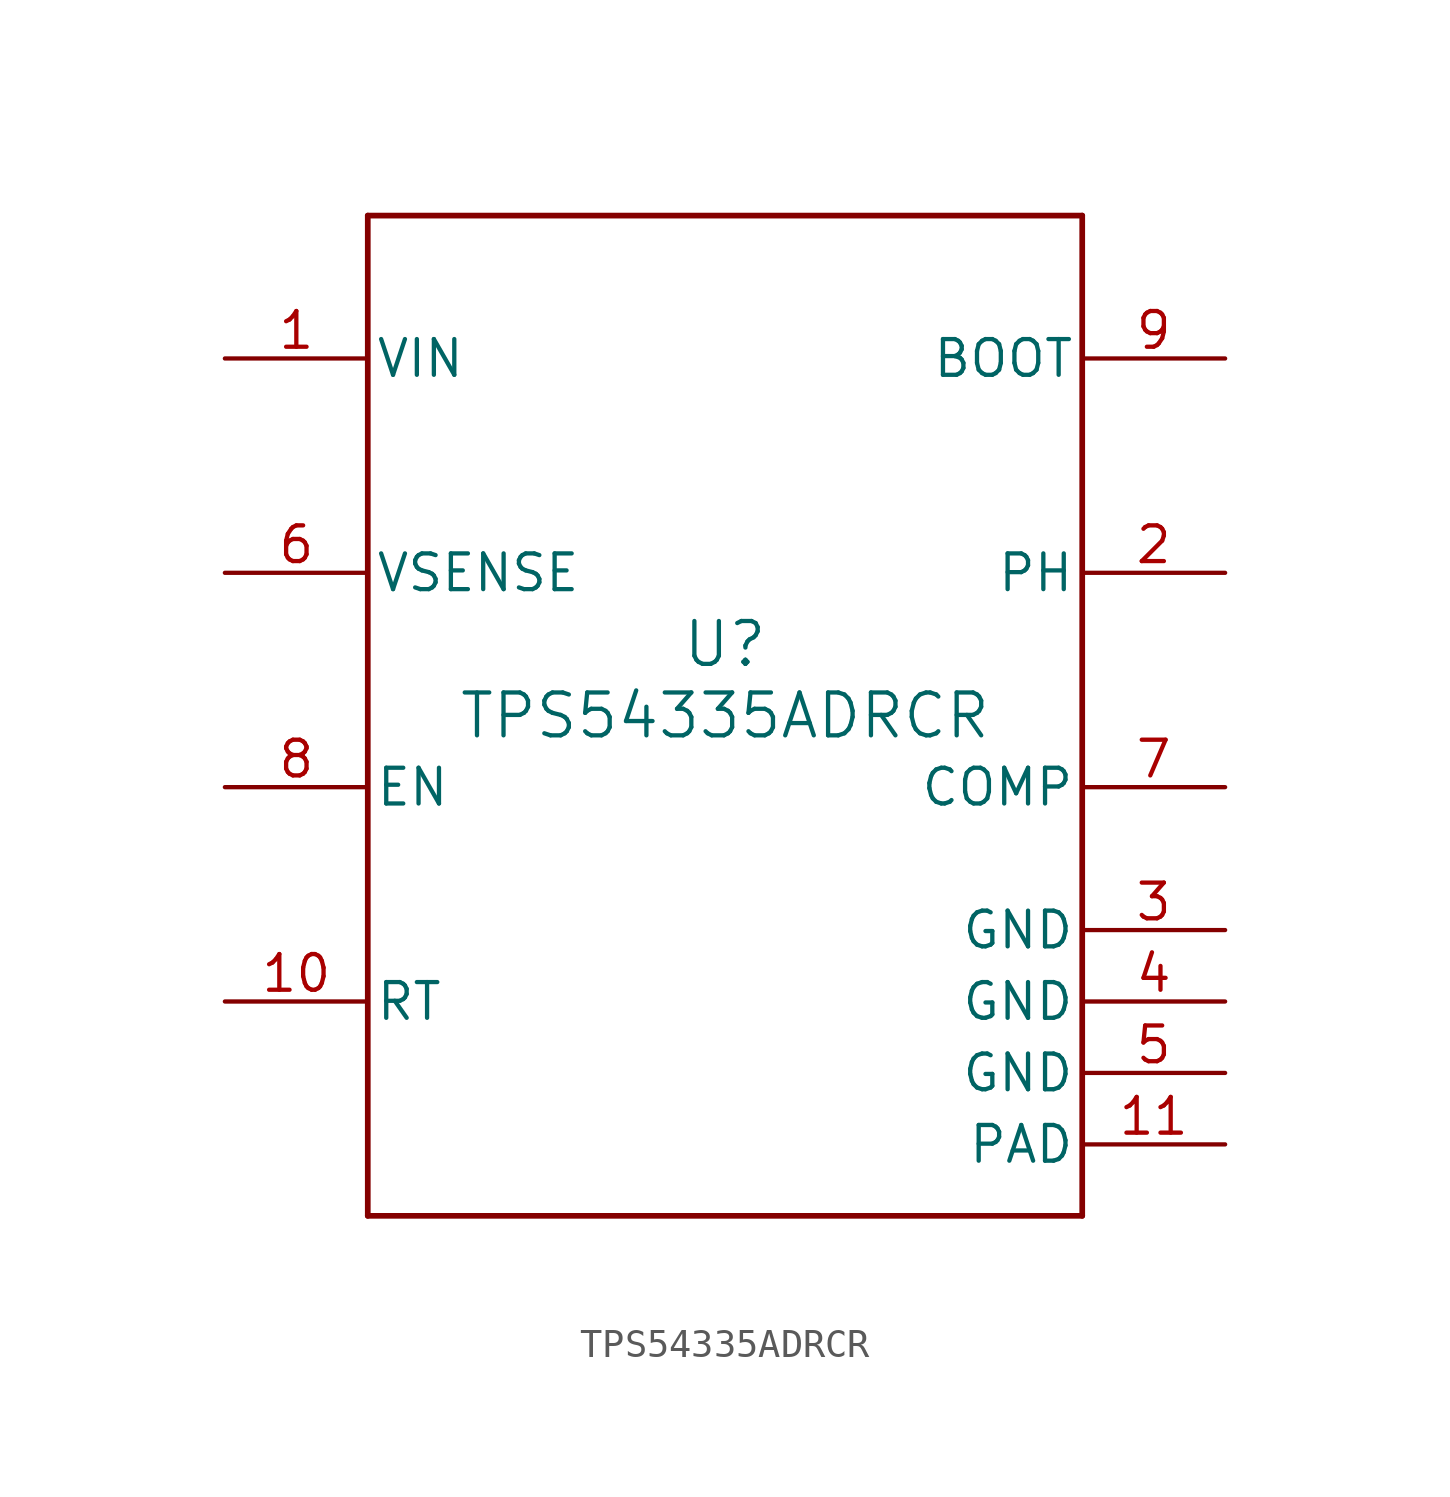
<source format=kicad_sym>
(kicad_symbol_lib
  (version 20211014)
  (generator kicad_symbol_editor)
  (symbol "TPS54335ADRCR"
    (pin_names
      (offset 0.254))
    (property "Reference" "U"
      (at 0 2.54 0)
      (effects (font (size 1.524 1.524))))
    (property "Value" "TPS54335ADRCR"
      (at 0 0 0)
      (effects (font (size 1.524 1.524))))
    (symbol "TPS54335ADRCR_0_1"
      (polyline (pts (xy -12.7 -17.78) (xy 12.7 -17.78)) (stroke (width 0.203) (type default) (color 0 0 0 0)) (fill (type none)))
      (polyline (pts (xy 12.7 -17.78) (xy 12.7 17.78)) (stroke (width 0.203) (type default) (color 0 0 0 0)) (fill (type none)))
      (polyline (pts (xy 12.7 17.78) (xy -12.7 17.78)) (stroke (width 0.203) (type default) (color 0 0 0 0)) (fill (type none)))
      (polyline (pts (xy -12.7 17.78) (xy -12.7 -17.78)) (stroke (width 0.203) (type default) (color 0 0 0 0)) (fill (type none)))
      (pin power_in line (at -17.78 12.7 0) (length 5.08) (name "VIN" (effects (font (size 1.27 1.27)))) (number "1" (effects (font (size 1.27 1.27)))))
      (pin power_in line (at 17.78 5.08 180) (length 5.08) (name "PH" (effects (font (size 1.27 1.27)))) (number "2" (effects (font (size 1.27 1.27)))))
      (pin power_in line (at 17.78 -7.62 180) (length 5.08) (name "GND" (effects (font (size 1.27 1.27)))) (number "3" (effects (font (size 1.27 1.27)))))
      (pin power_in line (at 17.78 -10.16 180) (length 5.08) (name "GND" (effects (font (size 1.27 1.27)))) (number "4" (effects (font (size 1.27 1.27)))))
      (pin power_in line (at 17.78 -12.7 180) (length 5.08) (name "GND" (effects (font (size 1.27 1.27)))) (number "5" (effects (font (size 1.27 1.27)))))
      (pin input line (at -17.78 5.08 0) (length 5.08) (name "VSENSE" (effects (font (size 1.27 1.27)))) (number "6" (effects (font (size 1.27 1.27)))))
      (pin bidirectional line (at 17.78 -2.54 180) (length 5.08) (name "COMP" (effects (font (size 1.27 1.27)))) (number "7" (effects (font (size 1.27 1.27)))))
      (pin input line (at -17.78 -2.54 0) (length 5.08) (name "EN" (effects (font (size 1.27 1.27)))) (number "8" (effects (font (size 1.27 1.27)))))
      (pin power_in line (at 17.78 12.7 180) (length 5.08) (name "BOOT" (effects (font (size 1.27 1.27)))) (number "9" (effects (font (size 1.27 1.27)))))
      (pin input line (at -17.78 -10.16 0) (length 5.08) (name "RT" (effects (font (size 1.27 1.27)))) (number "10" (effects (font (size 1.27 1.27)))))
      (pin power_in line (at 17.78 -15.24 180) (length 5.08) (name "PAD" (effects (font (size 1.27 1.27)))) (number "11" (effects (font (size 1.27 1.27))))))))
</source>
